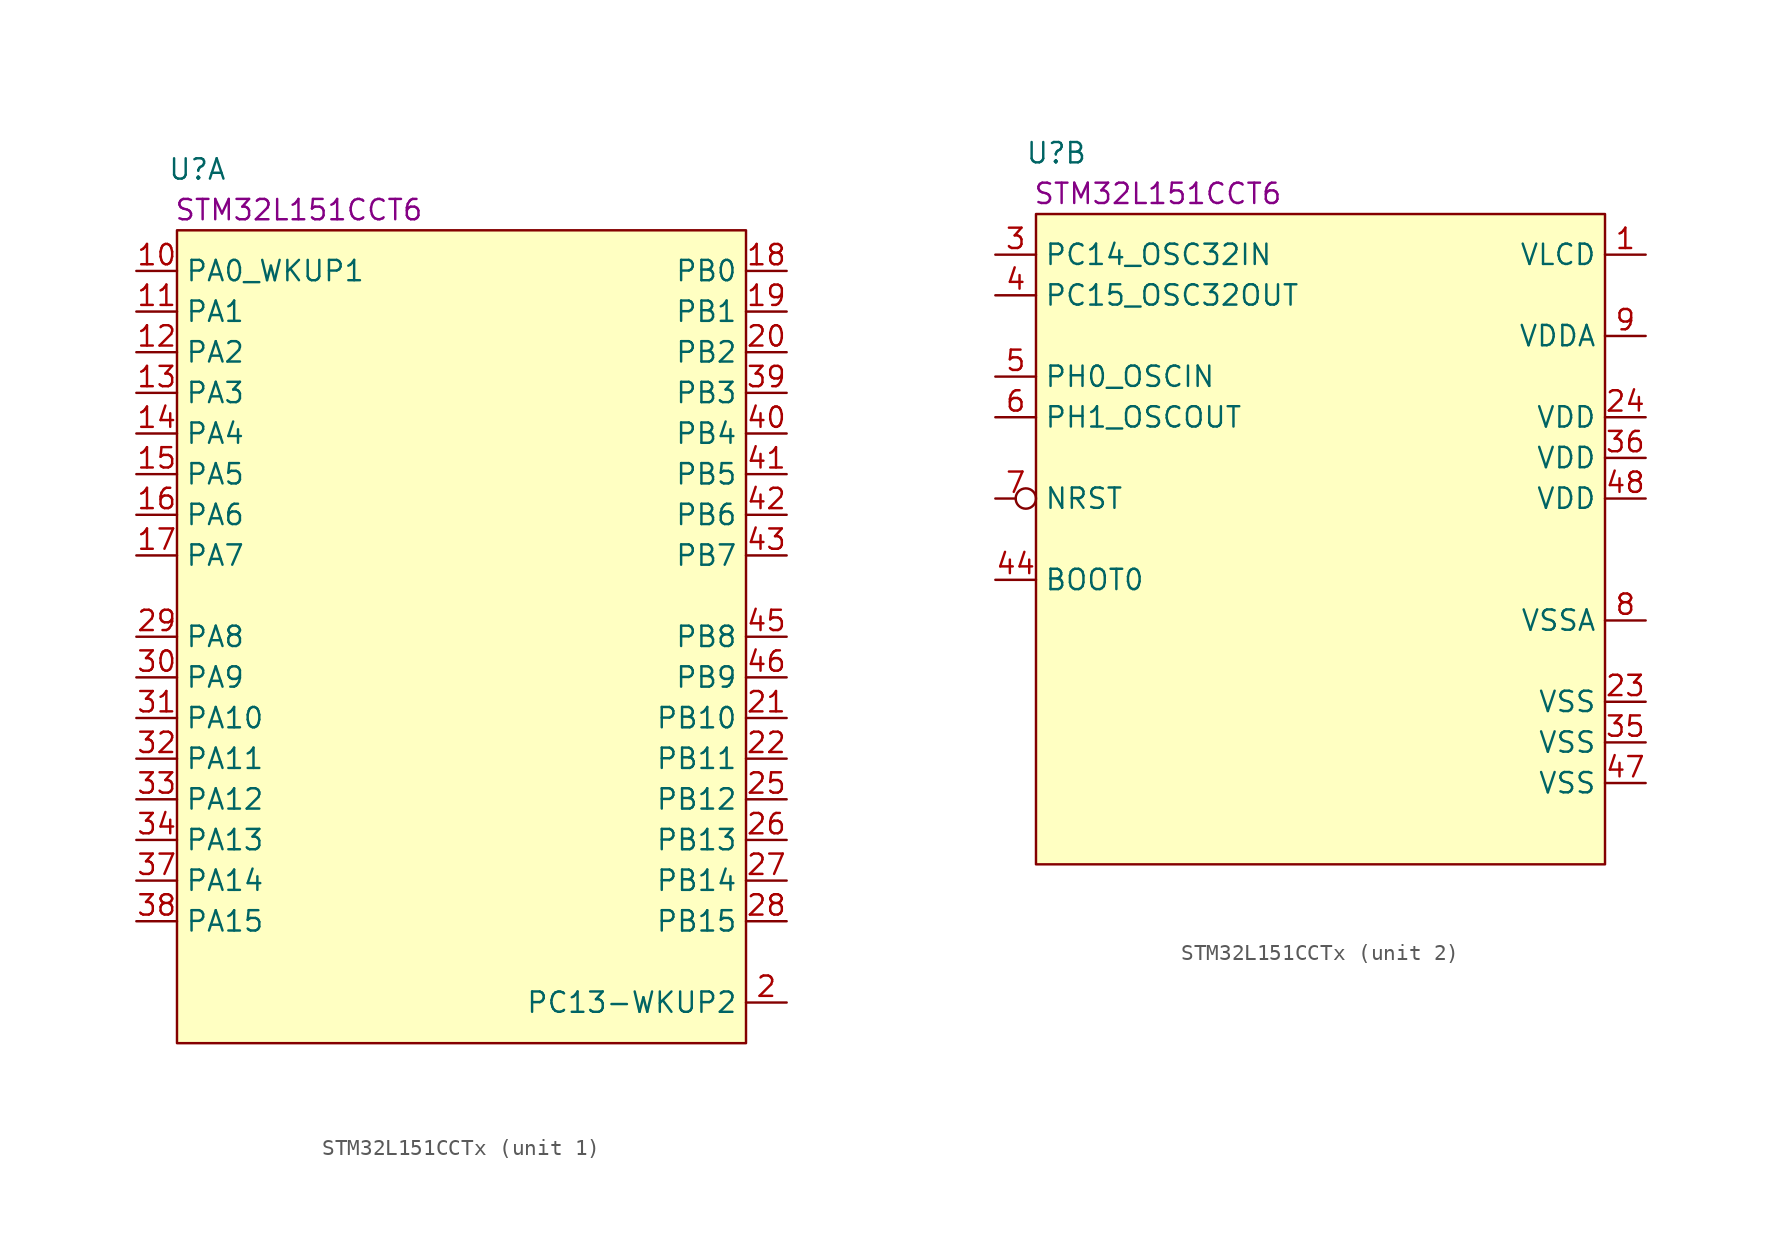
<source format=kicad_sym>
(kicad_symbol_lib
  (version 20211014)
  (generator kicad_symbol_editor)
  (symbol "STM32L151CCTx"
    (property "Reference" "U"
      (at 3.81 6.35 0)
      (effects (font (size 1.27 1.27))))
    (property "P/N" "STM32L151CCT6"
      (at 10.16 3.81 0)
      (effects (font (size 1.27 1.27))))
    (property "ki_locked" ""
      (at 0 0 0)
      (effects (font (size 1.27 1.27))))
    (symbol "STM32L151CCTx_1_1"
      (rectangle (start 2.54 2.54) (end 38.1 -48.26) (stroke (width 0) (type default) (color 0 0 0 0)) (fill (type background)))
      (pin bidirectional line (at 0 0 0) (length 2.54) (name "PA0_WKUP1" (effects (font (size 1.27 1.27)))) (number "10" (effects (font (size 1.27 1.27)))))
      (pin bidirectional line (at 0 -2.54 0) (length 2.54) (name "PA1" (effects (font (size 1.27 1.27)))) (number "11" (effects (font (size 1.27 1.27)))))
      (pin power_in line (at 0 -5.08 0) (length 2.54) (name "PA2" (effects (font (size 1.27 1.27)))) (number "12" (effects (font (size 1.27 1.27)))))
      (pin power_in line (at 0 -7.62 0) (length 2.54) (name "PA3" (effects (font (size 1.27 1.27)))) (number "13" (effects (font (size 1.27 1.27)))))
      (pin bidirectional line (at 0 -10.16 0) (length 2.54) (name "PA4" (effects (font (size 1.27 1.27)))) (number "14" (effects (font (size 1.27 1.27)))))
      (pin bidirectional line (at 0 -12.7 0) (length 2.54) (name "PA5" (effects (font (size 1.27 1.27)))) (number "15" (effects (font (size 1.27 1.27)))))
      (pin bidirectional line (at 0 -15.24 0) (length 2.54) (name "PA6" (effects (font (size 1.27 1.27)))) (number "16" (effects (font (size 1.27 1.27)))))
      (pin bidirectional line (at 0 -17.78 0) (length 2.54) (name "PA7" (effects (font (size 1.27 1.27)))) (number "17" (effects (font (size 1.27 1.27)))))
      (pin power_in line (at 40.64 0 180) (length 2.54) (name "PB0" (effects (font (size 1.27 1.27)))) (number "18" (effects (font (size 1.27 1.27)))))
      (pin power_in line (at 40.64 -2.54 180) (length 2.54) (name "PB1" (effects (font (size 1.27 1.27)))) (number "19" (effects (font (size 1.27 1.27)))))
      (pin bidirectional line (at 40.64 -45.72 180) (length 2.54) (name "PC13-WKUP2" (effects (font (size 1.27 1.27)))) (number "2" (effects (font (size 1.27 1.27)))))
      (pin bidirectional line (at 40.64 -5.08 180) (length 2.54) (name "PB2" (effects (font (size 1.27 1.27)))) (number "20" (effects (font (size 1.27 1.27)))))
      (pin bidirectional line (at 40.64 -27.94 180) (length 2.54) (name "PB10" (effects (font (size 1.27 1.27)))) (number "21" (effects (font (size 1.27 1.27)))))
      (pin bidirectional line (at 40.64 -30.48 180) (length 2.54) (name "PB11" (effects (font (size 1.27 1.27)))) (number "22" (effects (font (size 1.27 1.27)))))
      (pin bidirectional line (at 40.64 -33.02 180) (length 2.54) (name "PB12" (effects (font (size 1.27 1.27)))) (number "25" (effects (font (size 1.27 1.27)))))
      (pin bidirectional line (at 40.64 -35.56 180) (length 2.54) (name "PB13" (effects (font (size 1.27 1.27)))) (number "26" (effects (font (size 1.27 1.27)))))
      (pin bidirectional line (at 40.64 -38.1 180) (length 2.54) (name "PB14" (effects (font (size 1.27 1.27)))) (number "27" (effects (font (size 1.27 1.27)))))
      (pin bidirectional line (at 40.64 -40.64 180) (length 2.54) (name "PB15" (effects (font (size 1.27 1.27)))) (number "28" (effects (font (size 1.27 1.27)))))
      (pin bidirectional line (at 0 -22.86 0) (length 2.54) (name "PA8" (effects (font (size 1.27 1.27)))) (number "29" (effects (font (size 1.27 1.27)))))
      (pin passive line (at 0 -25.4 0) (length 2.54) (name "PA9" (effects (font (size 1.27 1.27)))) (number "30" (effects (font (size 1.27 1.27)))))
      (pin power_in line (at 0 -27.94 0) (length 2.54) (name "PA10" (effects (font (size 1.27 1.27)))) (number "31" (effects (font (size 1.27 1.27)))))
      (pin power_in line (at 0 -30.48 0) (length 2.54) (name "PA11" (effects (font (size 1.27 1.27)))) (number "32" (effects (font (size 1.27 1.27)))))
      (pin bidirectional line (at 0 -33.02 0) (length 2.54) (name "PA12" (effects (font (size 1.27 1.27)))) (number "33" (effects (font (size 1.27 1.27)))))
      (pin bidirectional line (at 0 -35.56 0) (length 2.54) (name "PA13" (effects (font (size 1.27 1.27)))) (number "34" (effects (font (size 1.27 1.27)))))
      (pin bidirectional line (at 0 -38.1 0) (length 2.54) (name "PA14" (effects (font (size 1.27 1.27)))) (number "37" (effects (font (size 1.27 1.27)))))
      (pin bidirectional line (at 0 -40.64 0) (length 2.54) (name "PA15" (effects (font (size 1.27 1.27)))) (number "38" (effects (font (size 1.27 1.27)))))
      (pin bidirectional line (at 40.64 -7.62 180) (length 2.54) (name "PB3" (effects (font (size 1.27 1.27)))) (number "39" (effects (font (size 1.27 1.27)))))
      (pin bidirectional line (at 40.64 -10.16 180) (length 2.54) (name "PB4" (effects (font (size 1.27 1.27)))) (number "40" (effects (font (size 1.27 1.27)))))
      (pin bidirectional line (at 40.64 -12.7 180) (length 2.54) (name "PB5" (effects (font (size 1.27 1.27)))) (number "41" (effects (font (size 1.27 1.27)))))
      (pin bidirectional line (at 40.64 -15.24 180) (length 2.54) (name "PB6" (effects (font (size 1.27 1.27)))) (number "42" (effects (font (size 1.27 1.27)))))
      (pin bidirectional line (at 40.64 -17.78 180) (length 2.54) (name "PB7" (effects (font (size 1.27 1.27)))) (number "43" (effects (font (size 1.27 1.27)))))
      (pin bidirectional line (at 40.64 -22.86 180) (length 2.54) (name "PB8" (effects (font (size 1.27 1.27)))) (number "45" (effects (font (size 1.27 1.27)))))
      (pin bidirectional line (at 40.64 -25.4 180) (length 2.54) (name "PB9" (effects (font (size 1.27 1.27)))) (number "46" (effects (font (size 1.27 1.27))))))
    (symbol "STM32L151CCTx_2_1"
      (rectangle (start 2.54 2.54) (end 38.1 -38.1) (stroke (width 0) (type default) (color 0 0 0 0)) (fill (type background)))
      (pin power_in line (at 40.64 0 180) (length 2.54) (name "VLCD" (effects (font (size 1.27 1.27)))) (number "1" (effects (font (size 1.27 1.27)))))
      (pin bidirectional line (at 40.64 -27.94 180) (length 2.54) (name "VSS" (effects (font (size 1.27 1.27)))) (number "23" (effects (font (size 1.27 1.27)))))
      (pin bidirectional line (at 40.64 -10.16 180) (length 2.54) (name "VDD" (effects (font (size 1.27 1.27)))) (number "24" (effects (font (size 1.27 1.27)))))
      (pin bidirectional line (at 0 0 0) (length 2.54) (name "PC14_OSC32IN" (effects (font (size 1.27 1.27)))) (number "3" (effects (font (size 1.27 1.27)))))
      (pin bidirectional line (at 40.64 -30.48 180) (length 2.54) (name "VSS" (effects (font (size 1.27 1.27)))) (number "35" (effects (font (size 1.27 1.27)))))
      (pin bidirectional line (at 40.64 -12.7 180) (length 2.54) (name "VDD" (effects (font (size 1.27 1.27)))) (number "36" (effects (font (size 1.27 1.27)))))
      (pin bidirectional line (at 0 -2.54 0) (length 2.54) (name "PC15_OSC32OUT" (effects (font (size 1.27 1.27)))) (number "4" (effects (font (size 1.27 1.27)))))
      (pin bidirectional line (at 0 -20.32 0) (length 2.54) (name "BOOT0" (effects (font (size 1.27 1.27)))) (number "44" (effects (font (size 1.27 1.27)))))
      (pin power_in line (at 40.64 -33.02 180) (length 2.54) (name "VSS" (effects (font (size 1.27 1.27)))) (number "47" (effects (font (size 1.27 1.27)))))
      (pin power_in line (at 40.64 -15.24 180) (length 2.54) (name "VDD" (effects (font (size 1.27 1.27)))) (number "48" (effects (font (size 1.27 1.27)))))
      (pin input line (at 0 -7.62 0) (length 2.54) (name "PH0_OSCIN" (effects (font (size 1.27 1.27)))) (number "5" (effects (font (size 1.27 1.27)))))
      (pin output line (at 0 -10.16 0) (length 2.54) (name "PH1_OSCOUT" (effects (font (size 1.27 1.27)))) (number "6" (effects (font (size 1.27 1.27)))))
      (pin passive inverted (at 0 -15.24 0) (length 2.54) (name "NRST" (effects (font (size 1.27 1.27)))) (number "7" (effects (font (size 1.27 1.27)))))
      (pin bidirectional line (at 40.64 -22.86 180) (length 2.54) (name "VSSA" (effects (font (size 1.27 1.27)))) (number "8" (effects (font (size 1.27 1.27)))))
      (pin bidirectional line (at 40.64 -5.08 180) (length 2.54) (name "VDDA" (effects (font (size 1.27 1.27)))) (number "9" (effects (font (size 1.27 1.27))))))))
</source>
